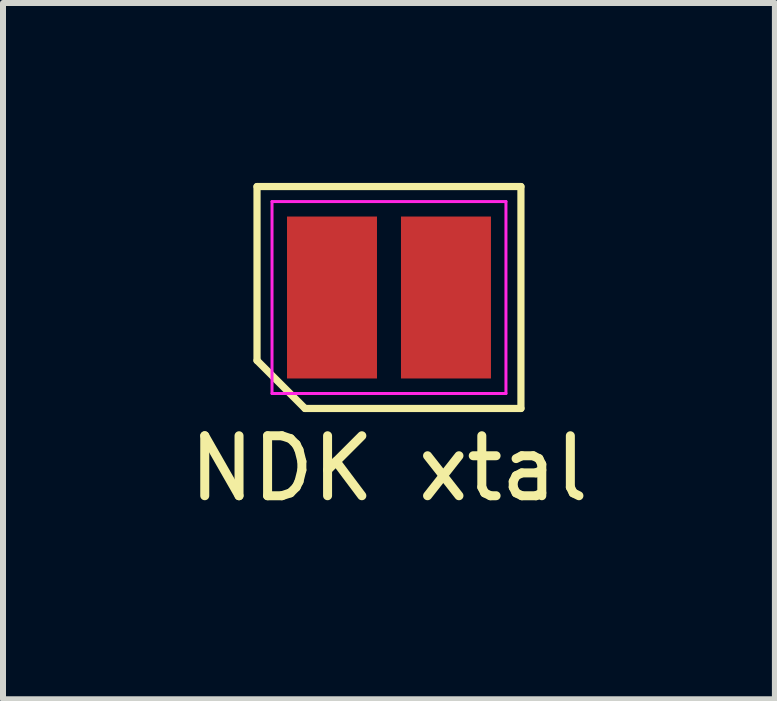
<source format=kicad_pcb>
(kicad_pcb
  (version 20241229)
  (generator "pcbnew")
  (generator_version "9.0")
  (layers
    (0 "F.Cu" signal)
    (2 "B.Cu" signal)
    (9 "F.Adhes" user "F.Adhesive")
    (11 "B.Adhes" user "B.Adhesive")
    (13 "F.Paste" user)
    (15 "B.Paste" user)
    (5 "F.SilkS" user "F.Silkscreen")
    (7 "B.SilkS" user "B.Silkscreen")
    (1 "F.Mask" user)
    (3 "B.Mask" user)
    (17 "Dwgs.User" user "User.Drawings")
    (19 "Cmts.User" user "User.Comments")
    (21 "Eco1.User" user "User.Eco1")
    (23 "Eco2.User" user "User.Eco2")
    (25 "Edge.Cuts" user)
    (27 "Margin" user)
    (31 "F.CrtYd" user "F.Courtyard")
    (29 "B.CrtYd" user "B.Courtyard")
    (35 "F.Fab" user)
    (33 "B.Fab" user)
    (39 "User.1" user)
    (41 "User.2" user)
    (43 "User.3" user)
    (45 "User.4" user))
  (footprint "NDK xtal"
    (layer "F.Cu")
    (at 3.435 1.91)
    (property "Reference" "NDK xtal" (at 0 2.85 0) (layer "F.SilkS") (effects (font (size 1 1) (thickness 0.15))))
    (attr through_hole)
    (fp_line (start -2.2 -1.85) (end 2.2 -1.85) (stroke (width 0.12) (type solid)) (layer "F.SilkS"))
    (fp_line (start -2.2 1.05) (end -2.2 -1.85) (stroke (width 0.12) (type solid)) (layer "F.SilkS"))
    (fp_line (start -1.4 1.85) (end -2.2 1.05) (stroke (width 0.12) (type solid)) (layer "F.SilkS"))
    (fp_line (start 2.2 -1.85) (end 2.2 1.85) (stroke (width 0.12) (type solid)) (layer "F.SilkS"))
    (fp_line (start 2.2 1.85) (end -1.4 1.85) (stroke (width 0.12) (type solid)) (layer "F.SilkS"))
    (fp_line (start -1.95 -1.6) (end 1.95 -1.6) (stroke (width 0.05) (type solid)) (layer "F.CrtYd"))
    (fp_line (start -1.95 1.6) (end -1.95 -1.6) (stroke (width 0.05) (type solid)) (layer "F.CrtYd"))
    (fp_line (start 1.95 -1.6) (end 1.95 1.6) (stroke (width 0.05) (type solid)) (layer "F.CrtYd"))
    (fp_line (start 1.95 1.6) (end -1.95 1.6) (stroke (width 0.05) (type solid)) (layer "F.CrtYd"))
    (pad "1" smd rect (at -0.95 0) (size 1.5 2.7) (layers "F.Cu" "F.Mask" "F.Paste"))
    (pad "2" smd rect (at 0.95 0) (size 1.5 2.7) (layers "F.Cu" "F.Mask" "F.Paste")))
  (gr_rect
    (start -3 -3)
    (end 9.869 8.608)
    (stroke (width 0.1) (type default))
    (fill no)
    (layer "Edge.Cuts")))
</source>
